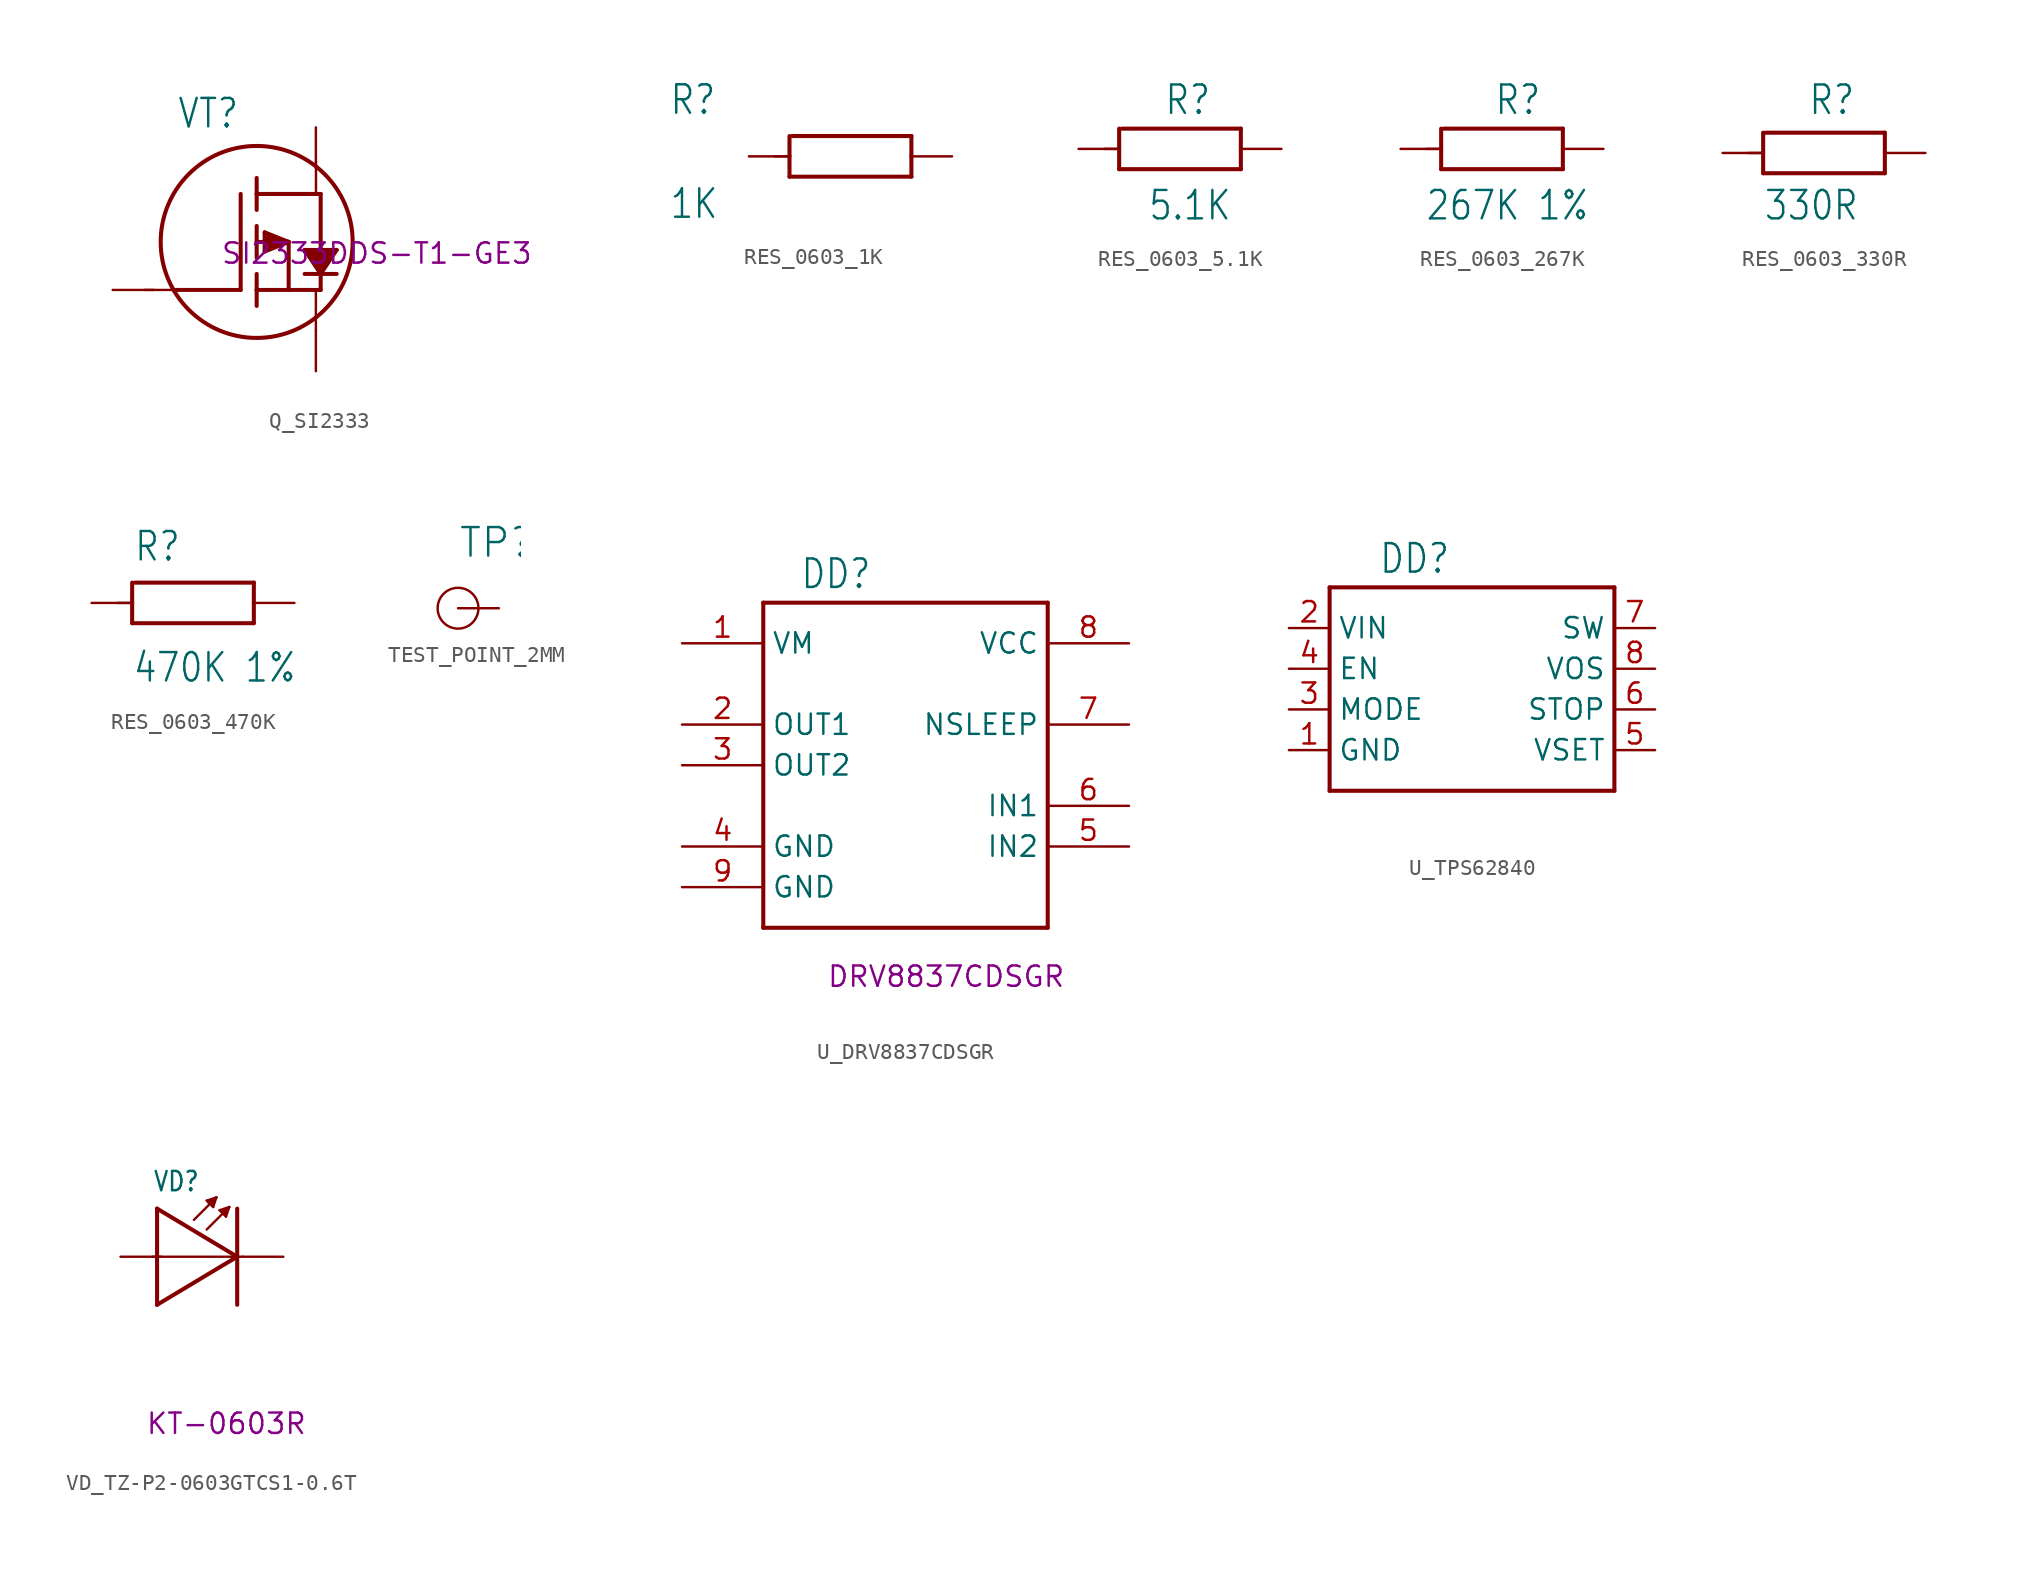
<source format=kicad_sym>
(kicad_symbol_lib
  (version 20231120)
  (generator "kicad_symbol_editor")
  (generator_version "8.0")
  (symbol "Q_SI2333"
    (property "Reference" "VT"
      (at 4 10 0)
      (effects (font (size 1.778 1.511)) (justify left bottom)))
    (property "Manufacturer PN" "SI2333DDS-T1-GE3"
      (at 16.51 2.286 0)
      (effects (font (size 1.27 1.27))))
    (symbol "Q_SI2333_1_0"
      (polyline (pts (xy 4 0) (xy 2 0)) (stroke (width 0.152) (type solid)) (fill (type none)))
      (polyline (pts (xy 4 0) (xy 3.8 0)) (stroke (width 0.254) (type solid)) (fill (type none)))
      (polyline (pts (xy 8 0) (xy 4 0)) (stroke (width 0.254) (type solid)) (fill (type none)))
      (polyline (pts (xy 8 6) (xy 8 0)) (stroke (width 0.254) (type solid)) (fill (type none)))
      (polyline (pts (xy 9 0) (xy 9 -1)) (stroke (width 0.254) (type solid)) (fill (type none)))
      (polyline (pts (xy 9 0) (xy 11 0)) (stroke (width 0.254) (type solid)) (fill (type none)))
      (polyline (pts (xy 9 1) (xy 9 0)) (stroke (width 0.254) (type solid)) (fill (type none)))
      (polyline (pts (xy 9 3) (xy 9 2)) (stroke (width 0.254) (type solid)) (fill (type none)))
      (polyline (pts (xy 9 3) (xy 11 3)) (stroke (width 0.254) (type solid)) (fill (type none)))
      (polyline (pts (xy 9 4) (xy 9 3)) (stroke (width 0.254) (type solid)) (fill (type none)))
      (polyline (pts (xy 9 6) (xy 9 5)) (stroke (width 0.254) (type solid)) (fill (type none)))
      (polyline (pts (xy 9 6) (xy 13 6)) (stroke (width 0.254) (type solid)) (fill (type none)))
      (polyline (pts (xy 9 7) (xy 9 6)) (stroke (width 0.254) (type solid)) (fill (type none)))
      (polyline (pts (xy 9.5 2.4) (xy 11 3)) (stroke (width 0.254) (type solid)) (fill (type none)))
      (polyline (pts (xy 9.5 3.6) (xy 9.5 2.4)) (stroke (width 0.254) (type solid)) (fill (type none)))
      (polyline (pts (xy 9.6 2.7) (xy 9.8 2.9)) (stroke (width 0.254) (type solid)) (fill (type none)))
      (polyline (pts (xy 9.7 3.1) (xy 9.9 3.1)) (stroke (width 0.254) (type solid)) (fill (type none)))
      (polyline (pts (xy 9.7 3.3) (xy 9.7 3.1)) (stroke (width 0.254) (type solid)) (fill (type none)))
      (polyline (pts (xy 9.9 3.1) (xy 10.4 2.8)) (stroke (width 0.254) (type solid)) (fill (type none)))
      (polyline (pts (xy 10.4 2.8) (xy 9.6 2.7)) (stroke (width 0.254) (type solid)) (fill (type none)))
      (polyline (pts (xy 11 0) (xy 13 0)) (stroke (width 0.254) (type solid)) (fill (type none)))
      (polyline (pts (xy 11 3) (xy 9.5 3.6)) (stroke (width 0.254) (type solid)) (fill (type none)))
      (polyline (pts (xy 11 3) (xy 9.7 3.3)) (stroke (width 0.254) (type solid)) (fill (type none)))
      (polyline (pts (xy 11 3) (xy 11 0)) (stroke (width 0.254) (type solid)) (fill (type none)))
      (polyline (pts (xy 12 1) (xy 13 1)) (stroke (width 0.254) (type solid)) (fill (type none)))
      (polyline (pts (xy 12 2.5) (xy 14 2.5)) (stroke (width 0.254) (type solid)) (fill (type none)))
      (polyline (pts (xy 12.3 2.3) (xy 13.8 2.3)) (stroke (width 0.254) (type solid)) (fill (type none)))
      (polyline (pts (xy 12.6 2.2) (xy 13.7 2.1)) (stroke (width 0.254) (type solid)) (fill (type none)))
      (polyline (pts (xy 12.7 -2.54) (xy 12.7 0.045)) (stroke (width 0.152) (type solid)) (fill (type none)))
      (polyline (pts (xy 12.706 8.043) (xy 12.706 6.043)) (stroke (width 0.152) (type solid)) (fill (type none)))
      (polyline (pts (xy 12.9 1.4) (xy 12.3 2.3)) (stroke (width 0.254) (type solid)) (fill (type none)))
      (polyline (pts (xy 13 1) (xy 12 2.5)) (stroke (width 0.254) (type solid)) (fill (type none)))
      (polyline (pts (xy 13 1) (xy 13 0)) (stroke (width 0.254) (type solid)) (fill (type none)))
      (polyline (pts (xy 13 1) (xy 14 1)) (stroke (width 0.254) (type solid)) (fill (type none)))
      (polyline (pts (xy 13 6) (xy 13 1)) (stroke (width 0.254) (type solid)) (fill (type none)))
      (polyline (pts (xy 13.1 1.5) (xy 12.6 2.2)) (stroke (width 0.254) (type solid)) (fill (type none)))
      (polyline (pts (xy 13.1 1.8) (xy 13.2 2)) (stroke (width 0.254) (type solid)) (fill (type none)))
      (polyline (pts (xy 13.2 2) (xy 12.9 2)) (stroke (width 0.254) (type solid)) (fill (type none)))
      (polyline (pts (xy 13.7 2.1) (xy 13.1 1.8)) (stroke (width 0.254) (type solid)) (fill (type none)))
      (polyline (pts (xy 13.8 2.3) (xy 13.1 1.5)) (stroke (width 0.254) (type solid)) (fill (type none)))
      (polyline (pts (xy 14 2.5) (xy 13 1)) (stroke (width 0.254) (type solid)) (fill (type none)))
      (circle (center 9 3) (radius 6) (stroke (width 0.254) (type solid)) (fill (type none)))
      (pin bidirectional line (at 0 0 0) (length 2.54) (name "G" (effects (font (size 0 0)))) (number "1" (effects (font (size 0 0)))))
      (pin bidirectional line (at 12.7 -5.08 90) (length 2.54) (name "S" (effects (font (size 0 0)))) (number "2" (effects (font (size 0 0)))))
      (pin bidirectional line (at 12.7 10.16 270) (length 2.54) (name "D" (effects (font (size 0 0)))) (number "3" (effects (font (size 0 0)))))))
  (symbol "RES_0603_1K"
    (property "Reference" "R"
      (at -5 2.5 0)
      (effects (font (size 1.778 1.511)) (justify left bottom)))
    (property "Value" "1K"
      (at -5 -4 0)
      (effects (font (size 1.778 1.511)) (justify left bottom)))
    (property "Datasheet" ""
      (at 0 0 0)
      (effects (font (size 1.27 1.27))))
    (symbol "RES_0603_1K_1_0"
      (polyline (pts (xy 1.62 0) (xy 2.54 0)) (stroke (width 0.152) (type solid)) (fill (type none)))
      (polyline (pts (xy 2.54 -1.27) (xy 10.16 -1.27)) (stroke (width 0.254) (type solid)) (fill (type none)))
      (polyline (pts (xy 2.54 0) (xy 2.54 -1.27)) (stroke (width 0.254) (type solid)) (fill (type none)))
      (polyline (pts (xy 2.54 1.27) (xy 2.54 0)) (stroke (width 0.254) (type solid)) (fill (type none)))
      (polyline (pts (xy 10.16 0) (xy 10.16 -1.27)) (stroke (width 0.254) (type solid)) (fill (type none)))
      (polyline (pts (xy 10.16 0) (xy 10.16 1.27)) (stroke (width 0.254) (type solid)) (fill (type none)))
      (polyline (pts (xy 10.16 1.27) (xy 2.7 1.27)) (stroke (width 0.254) (type solid)) (fill (type none)))
      (pin bidirectional line (at 0 0 0) (length 2.54) (name "1" (effects (font (size 0 0)))) (number "1" (effects (font (size 0 0)))))
      (pin bidirectional line (at 12.7 0 180) (length 2.54) (name "2" (effects (font (size 0 0)))) (number "2" (effects (font (size 0 0)))))))
  (symbol "RES_0603_5.1K"
    (property "Reference" "R"
      (at 5.334 2.032 0)
      (effects (font (size 1.778 1.511)) (justify left bottom)))
    (property "Value" "5.1K"
      (at 4.318 -4.572 0)
      (effects (font (size 1.778 1.511)) (justify left bottom)))
    (property "Datasheet" ""
      (at 0 0 0)
      (effects (font (size 1.27 1.27))))
    (symbol "RES_0603_5.1K_1_0"
      (polyline (pts (xy 1.62 0) (xy 2.54 0)) (stroke (width 0.152) (type solid)) (fill (type none)))
      (polyline (pts (xy 2.54 -1.27) (xy 10.16 -1.27)) (stroke (width 0.254) (type solid)) (fill (type none)))
      (polyline (pts (xy 2.54 0) (xy 2.54 -1.27)) (stroke (width 0.254) (type solid)) (fill (type none)))
      (polyline (pts (xy 2.54 1.27) (xy 2.54 0)) (stroke (width 0.254) (type solid)) (fill (type none)))
      (polyline (pts (xy 10.16 0) (xy 10.16 -1.27)) (stroke (width 0.254) (type solid)) (fill (type none)))
      (polyline (pts (xy 10.16 0) (xy 10.16 1.27)) (stroke (width 0.254) (type solid)) (fill (type none)))
      (polyline (pts (xy 10.16 1.27) (xy 2.7 1.27)) (stroke (width 0.254) (type solid)) (fill (type none)))
      (pin bidirectional line (at 0 0 0) (length 2.54) (name "1" (effects (font (size 0 0)))) (number "1" (effects (font (size 0 0)))))
      (pin bidirectional line (at 12.7 0 180) (length 2.54) (name "2" (effects (font (size 0 0)))) (number "2" (effects (font (size 0 0)))))))
  (symbol "RES_0603_267K"
    (property "Reference" "R"
      (at 5.842 2.032 0)
      (effects (font (size 1.778 1.511)) (justify left bottom)))
    (property "Value" "267K 1%"
      (at 1.524 -4.572 0)
      (effects (font (size 1.778 1.511)) (justify left bottom)))
    (symbol "RES_0603_267K_1_0"
      (polyline (pts (xy 1.62 0) (xy 2.54 0)) (stroke (width 0.152) (type solid)) (fill (type none)))
      (polyline (pts (xy 2.54 -1.27) (xy 10.16 -1.27)) (stroke (width 0.254) (type solid)) (fill (type none)))
      (polyline (pts (xy 2.54 0) (xy 2.54 -1.27)) (stroke (width 0.254) (type solid)) (fill (type none)))
      (polyline (pts (xy 2.54 1.27) (xy 2.54 0)) (stroke (width 0.254) (type solid)) (fill (type none)))
      (polyline (pts (xy 10.16 0) (xy 10.16 -1.27)) (stroke (width 0.254) (type solid)) (fill (type none)))
      (polyline (pts (xy 10.16 0) (xy 10.16 1.27)) (stroke (width 0.254) (type solid)) (fill (type none)))
      (polyline (pts (xy 10.16 1.27) (xy 2.7 1.27)) (stroke (width 0.254) (type solid)) (fill (type none)))
      (pin bidirectional line (at 0 0 0) (length 2.54) (name "1" (effects (font (size 0 0)))) (number "1" (effects (font (size 0 0)))))
      (pin bidirectional line (at 12.7 0 180) (length 2.54) (name "2" (effects (font (size 0 0)))) (number "2" (effects (font (size 0 0)))))))
  (symbol "RES_0603_330R"
    (property "Reference" "R"
      (at 5.334 2.286 0)
      (effects (font (size 1.778 1.511)) (justify left bottom)))
    (property "Value" "330R"
      (at 2.54 -4.318 0)
      (effects (font (size 1.778 1.511)) (justify left bottom)))
    (property "Datasheet" ""
      (at 0 0 0)
      (effects (font (size 1.27 1.27))))
    (symbol "RES_0603_330R_1_0"
      (polyline (pts (xy 1.62 0) (xy 2.54 0)) (stroke (width 0.152) (type solid)) (fill (type none)))
      (polyline (pts (xy 2.54 -1.27) (xy 10.16 -1.27)) (stroke (width 0.254) (type solid)) (fill (type none)))
      (polyline (pts (xy 2.54 0) (xy 2.54 -1.27)) (stroke (width 0.254) (type solid)) (fill (type none)))
      (polyline (pts (xy 2.54 1.27) (xy 2.54 0)) (stroke (width 0.254) (type solid)) (fill (type none)))
      (polyline (pts (xy 10.16 0) (xy 10.16 -1.27)) (stroke (width 0.254) (type solid)) (fill (type none)))
      (polyline (pts (xy 10.16 0) (xy 10.16 1.27)) (stroke (width 0.254) (type solid)) (fill (type none)))
      (polyline (pts (xy 10.16 1.27) (xy 2.7 1.27)) (stroke (width 0.254) (type solid)) (fill (type none)))
      (pin bidirectional line (at 0 0 0) (length 2.54) (name "1" (effects (font (size 0 0)))) (number "1" (effects (font (size 0 0)))))
      (pin bidirectional line (at 12.7 0 180) (length 2.54) (name "2" (effects (font (size 0 0)))) (number "2" (effects (font (size 0 0)))))))
  (symbol "RES_0603_470K"
    (property "Reference" "R"
      (at 2.62 2.5 0)
      (effects (font (size 1.778 1.511)) (justify left bottom)))
    (property "Value" "470K 1%"
      (at 2.54 -5.08 0)
      (effects (font (size 1.778 1.511)) (justify left bottom)))
    (property "Datasheet" ""
      (at 7.62 0 0)
      (effects (font (size 1.27 1.27))))
    (symbol "RES_0603_470K_1_0"
      (polyline (pts (xy 1.62 0) (xy 2.54 0)) (stroke (width 0.152) (type solid)) (fill (type none)))
      (polyline (pts (xy 2.54 -1.27) (xy 10.16 -1.27)) (stroke (width 0.254) (type solid)) (fill (type none)))
      (polyline (pts (xy 2.54 0) (xy 2.54 -1.27)) (stroke (width 0.254) (type solid)) (fill (type none)))
      (polyline (pts (xy 2.54 1.27) (xy 2.54 0)) (stroke (width 0.254) (type solid)) (fill (type none)))
      (polyline (pts (xy 10.16 0) (xy 10.16 -1.27)) (stroke (width 0.254) (type solid)) (fill (type none)))
      (polyline (pts (xy 10.16 0) (xy 10.16 1.27)) (stroke (width 0.254) (type solid)) (fill (type none)))
      (polyline (pts (xy 10.16 1.27) (xy 2.7 1.27)) (stroke (width 0.254) (type solid)) (fill (type none)))
      (pin bidirectional line (at 0 0 0) (length 2.54) (name "1" (effects (font (size 0 0)))) (number "1" (effects (font (size 0 0)))))
      (pin bidirectional line (at 12.7 0 180) (length 2.54) (name "2" (effects (font (size 0 0)))) (number "2" (effects (font (size 0 0)))))))
  (symbol "TEST_POINT_2MM"
    (property "Reference" "TP"
      (at -2.54 3.048 0)
      (effects (font (size 1.778 1.778)) (justify left bottom)))
    (symbol "TEST_POINT_2MM_0_1"
      (circle (center -2.54 0) (radius 1.27) (stroke (width 0) (type default)) (fill (type none))))
    (symbol "TEST_POINT_2MM_1_0"
      (pin passive line (at 0 0 180) (length 2.54) (name "1" (effects (font (size 0 0)))) (number "1" (effects (font (size 0 0)))))))
  (symbol "U_DRV8837CDSGR"
    (property "Reference" "DD"
      (at 7.366 3.302 0)
      (effects (font (size 1.778 1.511)) (justify left bottom)))
    (property "Manufacturer PN" "DRV8837CDSGR"
      (at 16.51 -20.828 0)
      (effects (font (size 1.27 1.27))))
    (symbol "U_DRV8837CDSGR_1_0"
      (polyline (pts (xy 5.08 -17.78) (xy 22.86 -17.78)) (stroke (width 0.254) (type solid)) (fill (type none)))
      (polyline (pts (xy 5.08 2.54) (xy 5.08 -17.78)) (stroke (width 0.254) (type solid)) (fill (type none)))
      (polyline (pts (xy 22.86 -17.78) (xy 22.86 2.54)) (stroke (width 0.254) (type solid)) (fill (type none)))
      (polyline (pts (xy 22.86 2.54) (xy 5.08 2.54)) (stroke (width 0.254) (type solid)) (fill (type none)))
      (pin bidirectional line (at 0 0 0) (length 5.08) (name "VM" (effects (font (size 1.27 1.27)))) (number "1" (effects (font (size 1.27 1.27)))))
      (pin bidirectional line (at 0 -5.08 0) (length 5.08) (name "OUT1" (effects (font (size 1.27 1.27)))) (number "2" (effects (font (size 1.27 1.27)))))
      (pin bidirectional line (at 0 -7.62 0) (length 5.08) (name "OUT2" (effects (font (size 1.27 1.27)))) (number "3" (effects (font (size 1.27 1.27)))))
      (pin bidirectional line (at 0 -12.7 0) (length 5.08) (name "GND" (effects (font (size 1.27 1.27)))) (number "4" (effects (font (size 1.27 1.27)))))
      (pin bidirectional line (at 27.94 -12.7 180) (length 5.08) (name "IN2" (effects (font (size 1.27 1.27)))) (number "5" (effects (font (size 1.27 1.27)))))
      (pin bidirectional line (at 27.94 -10.16 180) (length 5.08) (name "IN1" (effects (font (size 1.27 1.27)))) (number "6" (effects (font (size 1.27 1.27)))))
      (pin bidirectional line (at 27.94 -5.08 180) (length 5.08) (name "NSLEEP" (effects (font (size 1.27 1.27)))) (number "7" (effects (font (size 1.27 1.27)))))
      (pin bidirectional line (at 27.94 0 180) (length 5.08) (name "VCC" (effects (font (size 1.27 1.27)))) (number "8" (effects (font (size 1.27 1.27)))))
      (pin bidirectional line (at 0 -15.24 0) (length 5.08) (name "GND" (effects (font (size 1.27 1.27)))) (number "9" (effects (font (size 1.27 1.27)))))))
  (symbol "U_TPS62840"
    (property "Reference" "DD"
      (at 5.588 10.922 0)
      (effects (font (size 1.778 1.511)) (justify left bottom)))
    (property "Value" ""
      (at 2.5 -4.5 0)
      (effects (font (size 1.778 1.511)) (justify left bottom)))
    (symbol "U_TPS62840_1_0"
      (polyline (pts (xy 2.54 -2.54) (xy 20.32 -2.54)) (stroke (width 0.254) (type solid)) (fill (type none)))
      (polyline (pts (xy 2.54 10.16) (xy 2.54 -2.54)) (stroke (width 0.254) (type solid)) (fill (type none)))
      (polyline (pts (xy 2.54 10.16) (xy 20.32 10.16)) (stroke (width 0.254) (type solid)) (fill (type none)))
      (polyline (pts (xy 20.32 -2.54) (xy 20.32 10.16)) (stroke (width 0.254) (type solid)) (fill (type none)))
      (pin bidirectional line (at 0 0 0) (length 2.54) (name "GND" (effects (font (size 1.27 1.27)))) (number "1" (effects (font (size 1.27 1.27)))))
      (pin bidirectional line (at 0 7.62 0) (length 2.54) (name "VIN" (effects (font (size 1.27 1.27)))) (number "2" (effects (font (size 1.27 1.27)))))
      (pin bidirectional line (at 0 2.54 0) (length 2.54) (name "MODE" (effects (font (size 1.27 1.27)))) (number "3" (effects (font (size 1.27 1.27)))))
      (pin bidirectional line (at 0 5.08 0) (length 2.54) (name "EN" (effects (font (size 1.27 1.27)))) (number "4" (effects (font (size 1.27 1.27)))))
      (pin bidirectional line (at 22.86 0 180) (length 2.54) (name "VSET" (effects (font (size 1.27 1.27)))) (number "5" (effects (font (size 1.27 1.27)))))
      (pin bidirectional line (at 22.86 2.54 180) (length 2.54) (name "STOP" (effects (font (size 1.27 1.27)))) (number "6" (effects (font (size 1.27 1.27)))))
      (pin bidirectional line (at 22.86 7.62 180) (length 2.54) (name "SW" (effects (font (size 1.27 1.27)))) (number "7" (effects (font (size 1.27 1.27)))))
      (pin bidirectional line (at 22.86 5.08 180) (length 2.54) (name "VOS" (effects (font (size 1.27 1.27)))) (number "8" (effects (font (size 1.27 1.27)))))))
  (symbol "VD_TZ-P2-0603GTCS1-0.6T"
    (property "Reference" "VD"
      (at 2 4 0)
      (effects (font (size 1.2 1.02)) (justify left bottom)))
    (property "Manufacturer PN" "KT-0603R"
      (at 6.604 -10.414 0)
      (effects (font (size 1.27 1.27))))
    (symbol "VD_TZ-P2-0603GTCS1-0.6T_1_0"
      (polyline (pts (xy 2 0) (xy 7.62 0)) (stroke (width 0) (type solid)) (fill (type none)))
      (polyline (pts (xy 2.281 0.001) (xy 2.281 -2.999)) (stroke (width 0.254) (type solid)) (fill (type none)))
      (polyline (pts (xy 2.281 3.001) (xy 2.281 0.001)) (stroke (width 0.254) (type solid)) (fill (type none)))
      (polyline (pts (xy 2.281 3.001) (xy 7.281 0.001)) (stroke (width 0.254) (type solid)) (fill (type none)))
      (polyline (pts (xy 4.581 2.3) (xy 5.981 3.7)) (stroke (width 0.15) (type solid)) (fill (type none)))
      (polyline (pts (xy 5.381 1.7) (xy 6.781 3.1)) (stroke (width 0.15) (type solid)) (fill (type none)))
      (polyline (pts (xy 5.381 3.501) (xy 5.481 3.401)) (stroke (width 0.15) (type solid)) (fill (type none)))
      (polyline (pts (xy 5.481 3.401) (xy 5.781 3.1)) (stroke (width 0.15) (type solid)) (fill (type none)))
      (polyline (pts (xy 5.481 3.401) (xy 5.781 3.3)) (stroke (width 0.15) (type solid)) (fill (type none)))
      (polyline (pts (xy 5.781 3.1) (xy 5.981 3.7)) (stroke (width 0.15) (type solid)) (fill (type none)))
      (polyline (pts (xy 5.781 3.3) (xy 5.781 3.401)) (stroke (width 0.15) (type solid)) (fill (type none)))
      (polyline (pts (xy 5.981 3.7) (xy 5.381 3.501)) (stroke (width 0.15) (type solid)) (fill (type none)))
      (polyline (pts (xy 5.981 3.7) (xy 5.481 3.401)) (stroke (width 0.15) (type solid)) (fill (type none)))
      (polyline (pts (xy 6.181 2.901) (xy 6.581 2.501)) (stroke (width 0.15) (type solid)) (fill (type none)))
      (polyline (pts (xy 6.381 2.8) (xy 6.381 2.901)) (stroke (width 0.15) (type solid)) (fill (type none)))
      (polyline (pts (xy 6.381 2.901) (xy 6.481 2.901)) (stroke (width 0.15) (type solid)) (fill (type none)))
      (polyline (pts (xy 6.481 2.7) (xy 6.381 2.8)) (stroke (width 0.15) (type solid)) (fill (type none)))
      (polyline (pts (xy 6.581 2.501) (xy 6.781 3.1)) (stroke (width 0.15) (type solid)) (fill (type none)))
      (polyline (pts (xy 6.581 2.7) (xy 6.481 2.7)) (stroke (width 0.15) (type solid)) (fill (type none)))
      (polyline (pts (xy 6.781 3.1) (xy 6.181 2.901)) (stroke (width 0.15) (type solid)) (fill (type none)))
      (polyline (pts (xy 6.781 3.1) (xy 6.581 2.7)) (stroke (width 0.15) (type solid)) (fill (type none)))
      (polyline (pts (xy 7.281 0.001) (xy 2.281 -2.999)) (stroke (width 0.254) (type solid)) (fill (type none)))
      (polyline (pts (xy 7.281 3.001) (xy 7.281 -2.999)) (stroke (width 0.254) (type solid)) (fill (type none)))
      (pin bidirectional line (at 10.16 0 180) (length 2.54) (name "C" (effects (font (size 0 0)))) (number "1" (effects (font (size 0 0)))))
      (pin bidirectional line (at 0 0 0) (length 2.54) (name "A" (effects (font (size 0 0)))) (number "2" (effects (font (size 0 0))))))))
</source>
